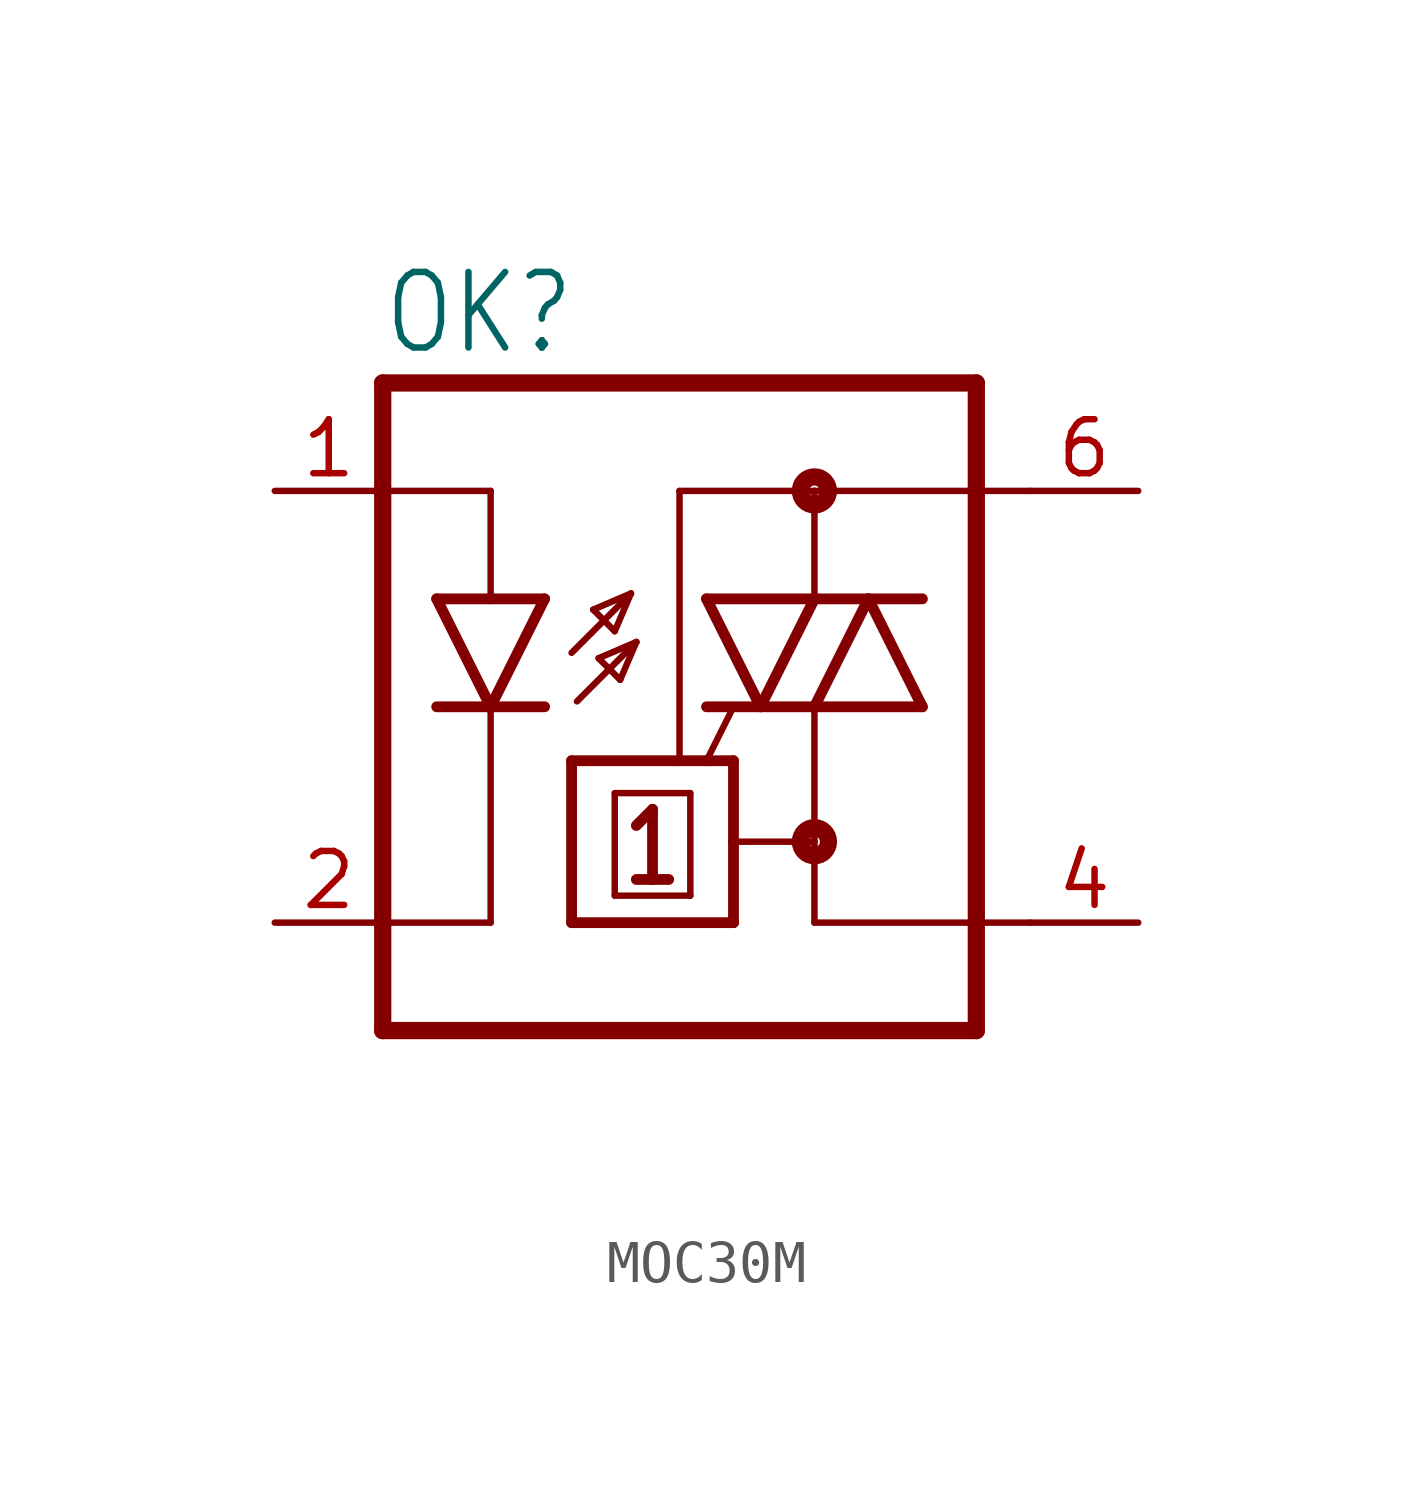
<source format=kicad_sym>
(kicad_symbol_lib
  (version 20220914)
  (generator kicad_symbol_editor)
  (symbol "MOC30M"
    (property "Reference" "OK"
      (at -7.645 8.23 0)
      (effects (font (size 1.778 1.511)) (justify left bottom)))
    (property "Value" ""
      (at -7.645 -10.084 0)
      (effects (font (size 1.778 1.511)) (justify left bottom)))
    (property "ki_locked" ""
      (at 0 0 0)
      (effects (font (size 1.27 1.27))))
    (symbol "MOC30M_1_0"
      (polyline (pts (xy -7.62 -7.62) (xy 6.35 -7.62)) (stroke (width 0.406) (type solid)) (fill (type none)))
      (polyline (pts (xy -7.62 -5.08) (xy -7.62 -7.62)) (stroke (width 0.406) (type solid)) (fill (type none)))
      (polyline (pts (xy -7.62 5.08) (xy -7.62 -5.08)) (stroke (width 0.406) (type solid)) (fill (type none)))
      (polyline (pts (xy -7.62 7.62) (xy -7.62 5.08)) (stroke (width 0.406) (type solid)) (fill (type none)))
      (polyline (pts (xy -7.62 7.62) (xy 6.35 7.62)) (stroke (width 0.406) (type solid)) (fill (type none)))
      (polyline (pts (xy -5.08 -5.08) (xy -7.62 -5.08)) (stroke (width 0.152) (type solid)) (fill (type none)))
      (polyline (pts (xy -5.08 0) (xy -6.35 0)) (stroke (width 0.254) (type solid)) (fill (type none)))
      (polyline (pts (xy -5.08 0) (xy -6.35 2.54)) (stroke (width 0.254) (type solid)) (fill (type none)))
      (polyline (pts (xy -5.08 0) (xy -5.08 -5.08)) (stroke (width 0.152) (type solid)) (fill (type none)))
      (polyline (pts (xy -5.08 2.54) (xy -6.35 2.54)) (stroke (width 0.254) (type solid)) (fill (type none)))
      (polyline (pts (xy -5.08 5.08) (xy -7.62 5.08)) (stroke (width 0.152) (type solid)) (fill (type none)))
      (polyline (pts (xy -5.08 5.08) (xy -5.08 2.54)) (stroke (width 0.152) (type solid)) (fill (type none)))
      (polyline (pts (xy -3.81 0) (xy -5.08 0)) (stroke (width 0.254) (type solid)) (fill (type none)))
      (polyline (pts (xy -3.81 2.54) (xy -5.08 0)) (stroke (width 0.254) (type solid)) (fill (type none)))
      (polyline (pts (xy -3.81 2.54) (xy -5.08 2.54)) (stroke (width 0.254) (type solid)) (fill (type none)))
      (polyline (pts (xy -3.175 -5.08) (xy -3.175 -1.27)) (stroke (width 0.254) (type solid)) (fill (type none)))
      (polyline (pts (xy -3.175 -1.27) (xy -0.635 -1.27)) (stroke (width 0.254) (type solid)) (fill (type none)))
      (polyline (pts (xy -3.175 1.27) (xy -1.778 2.667)) (stroke (width 0.152) (type solid)) (fill (type none)))
      (polyline (pts (xy -3.048 0.127) (xy -1.651 1.524)) (stroke (width 0.152) (type solid)) (fill (type none)))
      (polyline (pts (xy -2.667 2.286) (xy -2.159 1.778)) (stroke (width 0.152) (type solid)) (fill (type none)))
      (polyline (pts (xy -2.54 1.143) (xy -2.032 0.635)) (stroke (width 0.152) (type solid)) (fill (type none)))
      (polyline (pts (xy -2.159 -4.445) (xy -0.381 -4.445)) (stroke (width 0.152) (type solid)) (fill (type none)))
      (polyline (pts (xy -2.159 -2.032) (xy -2.159 -4.445)) (stroke (width 0.152) (type solid)) (fill (type none)))
      (polyline (pts (xy -2.159 1.778) (xy -1.778 2.667)) (stroke (width 0.152) (type solid)) (fill (type none)))
      (polyline (pts (xy -2.032 0.635) (xy -1.651 1.524)) (stroke (width 0.152) (type solid)) (fill (type none)))
      (polyline (pts (xy -1.778 2.667) (xy -2.667 2.286)) (stroke (width 0.152) (type solid)) (fill (type none)))
      (polyline (pts (xy -1.651 -4.064) (xy -1.27 -4.064)) (stroke (width 0.254) (type solid)) (fill (type none)))
      (polyline (pts (xy -1.651 1.524) (xy -2.54 1.143)) (stroke (width 0.152) (type solid)) (fill (type none)))
      (polyline (pts (xy -1.27 -4.064) (xy -1.27 -2.413)) (stroke (width 0.254) (type solid)) (fill (type none)))
      (polyline (pts (xy -1.27 -4.064) (xy -0.889 -4.064)) (stroke (width 0.254) (type solid)) (fill (type none)))
      (polyline (pts (xy -1.27 -2.413) (xy -1.651 -2.794)) (stroke (width 0.254) (type solid)) (fill (type none)))
      (polyline (pts (xy -0.635 -1.27) (xy 0 -1.27)) (stroke (width 0.254) (type solid)) (fill (type none)))
      (polyline (pts (xy -0.635 5.08) (xy -0.635 -1.27)) (stroke (width 0.152) (type solid)) (fill (type none)))
      (polyline (pts (xy -0.381 -4.445) (xy -0.381 -2.032)) (stroke (width 0.152) (type solid)) (fill (type none)))
      (polyline (pts (xy -0.381 -2.032) (xy -2.159 -2.032)) (stroke (width 0.152) (type solid)) (fill (type none)))
      (polyline (pts (xy 0 -1.27) (xy 0.635 -1.27)) (stroke (width 0.254) (type solid)) (fill (type none)))
      (polyline (pts (xy 0.635 -5.08) (xy -3.175 -5.08)) (stroke (width 0.254) (type solid)) (fill (type none)))
      (polyline (pts (xy 0.635 -3.175) (xy 0.635 -5.08)) (stroke (width 0.254) (type solid)) (fill (type none)))
      (polyline (pts (xy 0.635 -3.175) (xy 2.54 -3.175)) (stroke (width 0.152) (type solid)) (fill (type none)))
      (polyline (pts (xy 0.635 -1.27) (xy 0.635 -3.175)) (stroke (width 0.254) (type solid)) (fill (type none)))
      (polyline (pts (xy 0.635 0) (xy 0 -1.27)) (stroke (width 0.152) (type solid)) (fill (type none)))
      (polyline (pts (xy 1.27 0) (xy 0 0)) (stroke (width 0.254) (type solid)) (fill (type none)))
      (polyline (pts (xy 1.27 0) (xy 0 2.54)) (stroke (width 0.254) (type solid)) (fill (type none)))
      (polyline (pts (xy 2.54 -5.08) (xy 7.62 -5.08)) (stroke (width 0.152) (type solid)) (fill (type none)))
      (polyline (pts (xy 2.54 -3.175) (xy 2.54 -5.08)) (stroke (width 0.152) (type solid)) (fill (type none)))
      (polyline (pts (xy 2.54 -3.175) (xy 2.54 0)) (stroke (width 0.152) (type solid)) (fill (type none)))
      (polyline (pts (xy 2.54 0) (xy 1.27 0)) (stroke (width 0.254) (type solid)) (fill (type none)))
      (polyline (pts (xy 2.54 0) (xy 3.81 2.54)) (stroke (width 0.254) (type solid)) (fill (type none)))
      (polyline (pts (xy 2.54 0) (xy 5.08 0)) (stroke (width 0.254) (type solid)) (fill (type none)))
      (polyline (pts (xy 2.54 2.54) (xy 0 2.54)) (stroke (width 0.254) (type solid)) (fill (type none)))
      (polyline (pts (xy 2.54 2.54) (xy 1.27 0)) (stroke (width 0.254) (type solid)) (fill (type none)))
      (polyline (pts (xy 2.54 2.54) (xy 2.54 5.08)) (stroke (width 0.152) (type solid)) (fill (type none)))
      (polyline (pts (xy 2.54 2.54) (xy 3.81 2.54)) (stroke (width 0.254) (type solid)) (fill (type none)))
      (polyline (pts (xy 2.54 5.08) (xy -0.635 5.08)) (stroke (width 0.152) (type solid)) (fill (type none)))
      (polyline (pts (xy 2.54 5.08) (xy 7.62 5.08)) (stroke (width 0.152) (type solid)) (fill (type none)))
      (polyline (pts (xy 3.81 2.54) (xy 5.08 0)) (stroke (width 0.254) (type solid)) (fill (type none)))
      (polyline (pts (xy 3.81 2.54) (xy 5.08 2.54)) (stroke (width 0.254) (type solid)) (fill (type none)))
      (polyline (pts (xy 6.35 7.62) (xy 6.35 -7.62)) (stroke (width 0.406) (type solid)) (fill (type none)))
      (circle (center 2.54 -3.175) (radius 0.127) (stroke (width 0.406) (type solid)) (fill (type none)))
      (circle (center 2.54 5.08) (radius 0.127) (stroke (width 0.406) (type solid)) (fill (type none)))
      (pin passive line (at -10.16 5.08 0) (length 2.54) (name "A" (effects (font (size 0 0)))) (number "1" (effects (font (size 1.27 1.27)))))
      (pin passive line (at -10.16 -5.08 0) (length 2.54) (name "C" (effects (font (size 0 0)))) (number "2" (effects (font (size 1.27 1.27)))))
      (pin passive line (at 10.16 -5.08 180) (length 2.54) (name "A1" (effects (font (size 0 0)))) (number "4" (effects (font (size 1.27 1.27)))))
      (pin passive line (at 10.16 5.08 180) (length 2.54) (name "A2" (effects (font (size 0 0)))) (number "6" (effects (font (size 1.27 1.27))))))))
</source>
